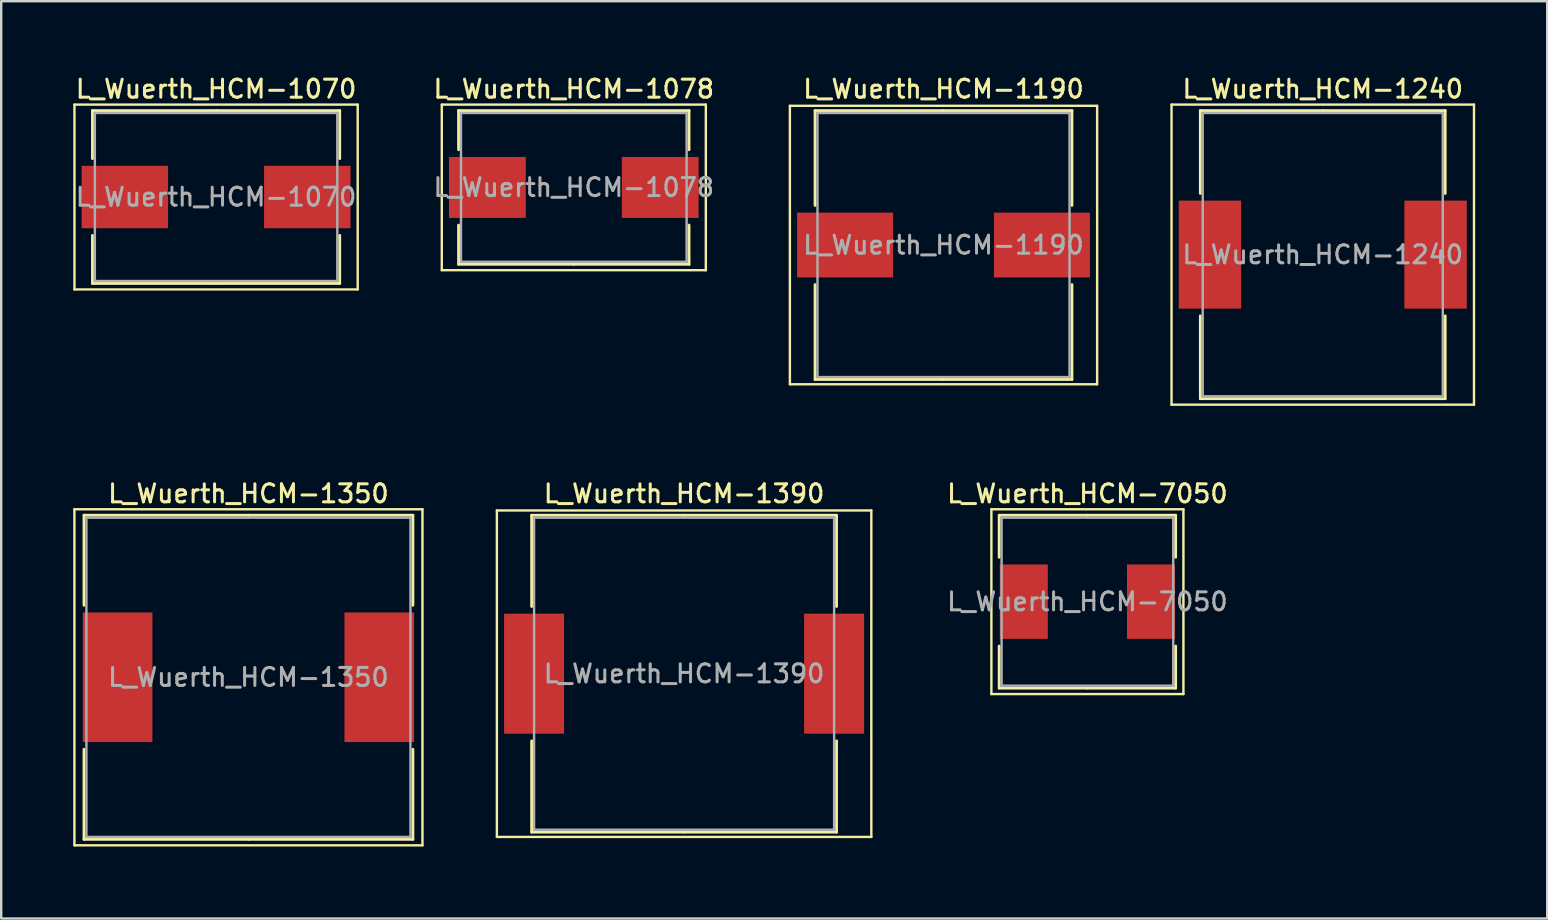
<source format=kicad_pcb>
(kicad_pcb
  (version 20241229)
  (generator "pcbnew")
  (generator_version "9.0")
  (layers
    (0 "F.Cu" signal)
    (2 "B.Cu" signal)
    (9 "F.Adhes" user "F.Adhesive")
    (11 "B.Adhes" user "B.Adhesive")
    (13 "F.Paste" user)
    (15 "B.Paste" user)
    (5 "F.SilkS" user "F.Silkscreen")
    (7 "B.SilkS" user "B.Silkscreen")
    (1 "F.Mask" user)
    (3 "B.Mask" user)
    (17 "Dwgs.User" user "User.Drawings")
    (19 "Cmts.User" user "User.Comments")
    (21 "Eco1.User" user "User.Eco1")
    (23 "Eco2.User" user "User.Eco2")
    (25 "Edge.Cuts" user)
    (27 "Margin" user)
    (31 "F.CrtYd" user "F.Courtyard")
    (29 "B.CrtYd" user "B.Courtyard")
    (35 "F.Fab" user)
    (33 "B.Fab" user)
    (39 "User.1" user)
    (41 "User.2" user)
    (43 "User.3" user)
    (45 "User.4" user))
  (footprint "L_Wuerth_HCM-1350"
    (layer "F.Cu")
    (at 7.3 25.166)
    (property "Reference" "L_Wuerth_HCM-1350" (at 0 -7.65 0) (layer "F.SilkS") (effects (font (size 0.75 0.75) (thickness 0.125))))
    (attr smd)
    (fp_line (start -7.25 -7) (end -7.25 7) (stroke (width 0.1) (type solid)) (layer "F.SilkS"))
    (fp_line (start -7.25 7) (end 7.25 7) (stroke (width 0.1) (type solid)) (layer "F.SilkS"))
    (fp_line (start -6.85 -6.75) (end 0 -6.75) (stroke (width 0.12) (type solid)) (layer "F.SilkS"))
    (fp_line (start -6.85 -3) (end -6.85 -6.75) (stroke (width 0.12) (type solid)) (layer "F.SilkS"))
    (fp_line (start -6.85 3) (end -6.85 6.75) (stroke (width 0.12) (type solid)) (layer "F.SilkS"))
    (fp_line (start -6.85 6.75) (end 0 6.75) (stroke (width 0.12) (type solid)) (layer "F.SilkS"))
    (fp_line (start 6.85 -6.75) (end 0 -6.75) (stroke (width 0.12) (type solid)) (layer "F.SilkS"))
    (fp_line (start 6.85 -3) (end 6.85 -6.75) (stroke (width 0.12) (type solid)) (layer "F.SilkS"))
    (fp_line (start 6.85 3) (end 6.85 6.75) (stroke (width 0.12) (type solid)) (layer "F.SilkS"))
    (fp_line (start 6.85 6.75) (end 0 6.75) (stroke (width 0.12) (type solid)) (layer "F.SilkS"))
    (fp_line (start 7.25 -7) (end -7.25 -7) (stroke (width 0.1) (type solid)) (layer "F.SilkS"))
    (fp_line (start 7.25 7) (end 7.25 -7) (stroke (width 0.1) (type solid)) (layer "F.SilkS"))
    (fp_line (start -6.75 -6.65) (end -6.75 6.65) (stroke (width 0.1) (type solid)) (layer "F.Fab"))
    (fp_line (start -6.75 6.65) (end 6.75 6.65) (stroke (width 0.1) (type solid)) (layer "F.Fab"))
    (fp_line (start 6.75 -6.65) (end -6.75 -6.65) (stroke (width 0.1) (type solid)) (layer "F.Fab"))
    (fp_line (start 6.75 6.65) (end 6.75 -6.65) (stroke (width 0.1) (type solid)) (layer "F.Fab"))
    (fp_text user "${REFERENCE}" (at 0 0 0) (layer "F.Fab") (effects (font (size 0.75 0.75) (thickness 0.125))))
    (pad "1" smd rect (at -5.45 0) (size 2.9 5.4) (layers "F.Cu" "F.Mask" "F.Paste"))
    (pad "2" smd rect (at 5.45 0) (size 2.9 5.4) (layers "F.Cu" "F.Mask" "F.Paste")))
  (footprint "L_Wuerth_HCM-7050"
    (layer "F.Cu")
    (at 42.252 22.016)
    (property "Reference" "L_Wuerth_HCM-7050" (at 0 -4.5 0) (layer "F.SilkS") (effects (font (size 0.75 0.75) (thickness 0.125))))
    (attr smd)
    (fp_line (start -4 -3.85) (end -4 3.85) (stroke (width 0.1) (type solid)) (layer "F.SilkS"))
    (fp_line (start -4 3.85) (end 4 3.85) (stroke (width 0.1) (type solid)) (layer "F.SilkS"))
    (fp_line (start -3.675 -3.6) (end 0 -3.6) (stroke (width 0.12) (type solid)) (layer "F.SilkS"))
    (fp_line (start -3.675 -1.85) (end -3.675 -3.6) (stroke (width 0.12) (type solid)) (layer "F.SilkS"))
    (fp_line (start -3.675 1.85) (end -3.675 3.6) (stroke (width 0.12) (type solid)) (layer "F.SilkS"))
    (fp_line (start -3.675 3.6) (end 0 3.6) (stroke (width 0.12) (type solid)) (layer "F.SilkS"))
    (fp_line (start 3.675 -3.6) (end 0 -3.6) (stroke (width 0.12) (type solid)) (layer "F.SilkS"))
    (fp_line (start 3.675 -1.85) (end 3.675 -3.6) (stroke (width 0.12) (type solid)) (layer "F.SilkS"))
    (fp_line (start 3.675 1.85) (end 3.675 3.6) (stroke (width 0.12) (type solid)) (layer "F.SilkS"))
    (fp_line (start 3.675 3.6) (end 0 3.6) (stroke (width 0.12) (type solid)) (layer "F.SilkS"))
    (fp_line (start 4 -3.85) (end -4 -3.85) (stroke (width 0.1) (type solid)) (layer "F.SilkS"))
    (fp_line (start 4 3.85) (end 4 -3.85) (stroke (width 0.1) (type solid)) (layer "F.SilkS"))
    (fp_line (start -3.575 -3.5) (end -3.575 3.5) (stroke (width 0.1) (type solid)) (layer "F.Fab"))
    (fp_line (start -3.575 3.5) (end 3.575 3.5) (stroke (width 0.1) (type solid)) (layer "F.Fab"))
    (fp_line (start 3.575 -3.5) (end -3.575 -3.5) (stroke (width 0.1) (type solid)) (layer "F.Fab"))
    (fp_line (start 3.575 3.5) (end 3.575 -3.5) (stroke (width 0.1) (type solid)) (layer "F.Fab"))
    (fp_text user "${REFERENCE}" (at 0 0 0) (layer "F.Fab") (effects (font (size 0.75 0.75) (thickness 0.125))))
    (pad "1" smd rect (at -2.65 0) (size 2 3.1) (layers "F.Cu" "F.Mask" "F.Paste"))
    (pad "2" smd rect (at 2.65 0) (size 2 3.1) (layers "F.Cu" "F.Mask" "F.Paste")))
  (footprint "L_Wuerth_HCM-1190"
    (layer "F.Cu")
    (at 36.257 7.158)
    (property "Reference" "L_Wuerth_HCM-1190" (at 0 -6.5 0) (layer "F.SilkS") (effects (font (size 0.75 0.75) (thickness 0.125))))
    (attr smd)
    (fp_line (start -6.4 -5.8) (end -6.4 5.8) (stroke (width 0.1) (type solid)) (layer "F.SilkS"))
    (fp_line (start -6.4 5.8) (end 6.4 5.8) (stroke (width 0.1) (type solid)) (layer "F.SilkS"))
    (fp_line (start -5.35 -5.6) (end 0 -5.6) (stroke (width 0.12) (type solid)) (layer "F.SilkS"))
    (fp_line (start -5.35 -1.65) (end -5.35 -5.6) (stroke (width 0.12) (type solid)) (layer "F.SilkS"))
    (fp_line (start -5.35 1.65) (end -5.35 5.6) (stroke (width 0.12) (type solid)) (layer "F.SilkS"))
    (fp_line (start -5.35 5.6) (end 0 5.6) (stroke (width 0.12) (type solid)) (layer "F.SilkS"))
    (fp_line (start 5.35 -5.6) (end 0 -5.6) (stroke (width 0.12) (type solid)) (layer "F.SilkS"))
    (fp_line (start 5.35 -1.65) (end 5.35 -5.6) (stroke (width 0.12) (type solid)) (layer "F.SilkS"))
    (fp_line (start 5.35 1.65) (end 5.35 5.6) (stroke (width 0.12) (type solid)) (layer "F.SilkS"))
    (fp_line (start 5.35 5.6) (end 0 5.6) (stroke (width 0.12) (type solid)) (layer "F.SilkS"))
    (fp_line (start 6.4 -5.8) (end -6.4 -5.8) (stroke (width 0.1) (type solid)) (layer "F.SilkS"))
    (fp_line (start 6.4 5.8) (end 6.4 -5.8) (stroke (width 0.1) (type solid)) (layer "F.SilkS"))
    (fp_line (start -5.25 -5.5) (end -5.25 5.5) (stroke (width 0.1) (type solid)) (layer "F.Fab"))
    (fp_line (start -5.25 5.5) (end 5.25 5.5) (stroke (width 0.1) (type solid)) (layer "F.Fab"))
    (fp_line (start 5.25 -5.5) (end -5.25 -5.5) (stroke (width 0.1) (type solid)) (layer "F.Fab"))
    (fp_line (start 5.25 5.5) (end 5.25 -5.5) (stroke (width 0.1) (type solid)) (layer "F.Fab"))
    (fp_text user "${REFERENCE}" (at 0 0 0) (layer "F.Fab") (effects (font (size 0.75 0.75) (thickness 0.125))))
    (pad "1" smd rect (at -4.1 0) (size 4 2.7) (layers "F.Cu" "F.Mask" "F.Paste"))
    (pad "2" smd rect (at 4.1 0) (size 4 2.7) (layers "F.Cu" "F.Mask" "F.Paste")))
  (footprint "L_Wuerth_HCM-1390"
    (layer "F.Cu")
    (at 25.45 25.016)
    (property "Reference" "L_Wuerth_HCM-1390" (at 0 -7.5 0) (layer "F.SilkS") (effects (font (size 0.75 0.75) (thickness 0.125))))
    (attr smd)
    (fp_line (start -7.8 -6.8) (end -7.8 6.8) (stroke (width 0.1) (type solid)) (layer "F.SilkS"))
    (fp_line (start -7.8 6.8) (end 7.8 6.8) (stroke (width 0.1) (type solid)) (layer "F.SilkS"))
    (fp_line (start -6.35 -6.6) (end 0 -6.6) (stroke (width 0.12) (type solid)) (layer "F.SilkS"))
    (fp_line (start -6.35 -2.8) (end -6.35 -6.6) (stroke (width 0.12) (type solid)) (layer "F.SilkS"))
    (fp_line (start -6.35 2.8) (end -6.35 6.6) (stroke (width 0.12) (type solid)) (layer "F.SilkS"))
    (fp_line (start -6.35 6.6) (end 0 6.6) (stroke (width 0.12) (type solid)) (layer "F.SilkS"))
    (fp_line (start 6.35 -6.6) (end 0 -6.6) (stroke (width 0.12) (type solid)) (layer "F.SilkS"))
    (fp_line (start 6.35 -2.8) (end 6.35 -6.6) (stroke (width 0.12) (type solid)) (layer "F.SilkS"))
    (fp_line (start 6.35 2.8) (end 6.35 6.6) (stroke (width 0.12) (type solid)) (layer "F.SilkS"))
    (fp_line (start 6.35 6.6) (end 0 6.6) (stroke (width 0.12) (type solid)) (layer "F.SilkS"))
    (fp_line (start 7.8 -6.8) (end -7.8 -6.8) (stroke (width 0.1) (type solid)) (layer "F.SilkS"))
    (fp_line (start 7.8 6.8) (end 7.8 -6.8) (stroke (width 0.1) (type solid)) (layer "F.SilkS"))
    (fp_line (start -6.25 -6.5) (end -6.25 6.5) (stroke (width 0.1) (type solid)) (layer "F.Fab"))
    (fp_line (start -6.25 6.5) (end 6.25 6.5) (stroke (width 0.1) (type solid)) (layer "F.Fab"))
    (fp_line (start 6.25 -6.5) (end -6.25 -6.5) (stroke (width 0.1) (type solid)) (layer "F.Fab"))
    (fp_line (start 6.25 6.5) (end 6.25 -6.5) (stroke (width 0.1) (type solid)) (layer "F.Fab"))
    (fp_text user "${REFERENCE}" (at 0 0 0) (layer "F.Fab") (effects (font (size 0.75 0.75) (thickness 0.125))))
    (pad "1" smd rect (at -6.25 0) (size 2.5 5) (layers "F.Cu" "F.Mask" "F.Paste"))
    (pad "2" smd rect (at 6.25 0) (size 2.5 5) (layers "F.Cu" "F.Mask" "F.Paste")))
  (footprint "L_Wuerth_HCM-1240"
    (layer "F.Cu")
    (at 52.057 7.558)
    (property "Reference" "L_Wuerth_HCM-1240" (at 0 -6.9 0) (layer "F.SilkS") (effects (font (size 0.75 0.75) (thickness 0.125))))
    (attr smd)
    (fp_line (start -6.3 -6.25) (end -6.3 6.25) (stroke (width 0.1) (type solid)) (layer "F.SilkS"))
    (fp_line (start -6.3 6.25) (end 6.3 6.25) (stroke (width 0.1) (type solid)) (layer "F.SilkS"))
    (fp_line (start -5.1 -6) (end 0 -6) (stroke (width 0.12) (type solid)) (layer "F.SilkS"))
    (fp_line (start -5.1 -2.55) (end -5.1 -6) (stroke (width 0.12) (type solid)) (layer "F.SilkS"))
    (fp_line (start -5.1 2.55) (end -5.1 6) (stroke (width 0.12) (type solid)) (layer "F.SilkS"))
    (fp_line (start -5.1 6) (end 0 6) (stroke (width 0.12) (type solid)) (layer "F.SilkS"))
    (fp_line (start 5.1 -6) (end 0 -6) (stroke (width 0.12) (type solid)) (layer "F.SilkS"))
    (fp_line (start 5.1 -2.55) (end 5.1 -6) (stroke (width 0.12) (type solid)) (layer "F.SilkS"))
    (fp_line (start 5.1 2.55) (end 5.1 6) (stroke (width 0.12) (type solid)) (layer "F.SilkS"))
    (fp_line (start 5.1 6) (end 0 6) (stroke (width 0.12) (type solid)) (layer "F.SilkS"))
    (fp_line (start 6.3 -6.25) (end -6.3 -6.25) (stroke (width 0.1) (type solid)) (layer "F.SilkS"))
    (fp_line (start 6.3 6.25) (end 6.3 -6.25) (stroke (width 0.1) (type solid)) (layer "F.SilkS"))
    (fp_line (start -5 -5.9) (end -5 5.9) (stroke (width 0.1) (type solid)) (layer "F.Fab"))
    (fp_line (start -5 5.9) (end 5 5.9) (stroke (width 0.1) (type solid)) (layer "F.Fab"))
    (fp_line (start 5 -5.9) (end -5 -5.9) (stroke (width 0.1) (type solid)) (layer "F.Fab"))
    (fp_line (start 5 5.9) (end 5 -5.9) (stroke (width 0.1) (type solid)) (layer "F.Fab"))
    (fp_text user "${REFERENCE}" (at 0 0 0) (layer "F.Fab") (effects (font (size 0.75 0.75) (thickness 0.125))))
    (pad "1" smd rect (at -4.7 0) (size 2.6 4.5) (layers "F.Cu" "F.Mask" "F.Paste"))
    (pad "2" smd rect (at 4.7 0) (size 2.6 4.5) (layers "F.Cu" "F.Mask" "F.Paste")))
  (footprint "L_Wuerth_HCM-1070"
    (layer "F.Cu")
    (at 5.952 5.158)
    (property "Reference" "L_Wuerth_HCM-1070" (at 0 -4.5 0) (layer "F.SilkS") (effects (font (size 0.75 0.75) (thickness 0.125))))
    (attr smd)
    (fp_line (start -5.9 -3.85) (end -5.9 3.85) (stroke (width 0.1) (type solid)) (layer "F.SilkS"))
    (fp_line (start -5.9 3.85) (end 5.9 3.85) (stroke (width 0.1) (type solid)) (layer "F.SilkS"))
    (fp_line (start -5.15 -3.6) (end 0 -3.6) (stroke (width 0.12) (type solid)) (layer "F.SilkS"))
    (fp_line (start -5.15 -1.6) (end -5.15 -3.6) (stroke (width 0.12) (type solid)) (layer "F.SilkS"))
    (fp_line (start -5.15 1.6) (end -5.15 3.6) (stroke (width 0.12) (type solid)) (layer "F.SilkS"))
    (fp_line (start -5.15 3.6) (end 0 3.6) (stroke (width 0.12) (type solid)) (layer "F.SilkS"))
    (fp_line (start 5.15 -3.6) (end 0 -3.6) (stroke (width 0.12) (type solid)) (layer "F.SilkS"))
    (fp_line (start 5.15 -1.6) (end 5.15 -3.6) (stroke (width 0.12) (type solid)) (layer "F.SilkS"))
    (fp_line (start 5.15 1.6) (end 5.15 3.6) (stroke (width 0.12) (type solid)) (layer "F.SilkS"))
    (fp_line (start 5.15 3.6) (end 0 3.6) (stroke (width 0.12) (type solid)) (layer "F.SilkS"))
    (fp_line (start 5.9 -3.85) (end -5.9 -3.85) (stroke (width 0.1) (type solid)) (layer "F.SilkS"))
    (fp_line (start 5.9 3.85) (end 5.9 -3.85) (stroke (width 0.1) (type solid)) (layer "F.SilkS"))
    (fp_line (start -5.05 -3.5) (end -5.05 3.5) (stroke (width 0.1) (type solid)) (layer "F.Fab"))
    (fp_line (start -5.05 3.5) (end 5.05 3.5) (stroke (width 0.1) (type solid)) (layer "F.Fab"))
    (fp_line (start 5.05 -3.5) (end -5.05 -3.5) (stroke (width 0.1) (type solid)) (layer "F.Fab"))
    (fp_line (start 5.05 3.5) (end 5.05 -3.5) (stroke (width 0.1) (type solid)) (layer "F.Fab"))
    (fp_text user "${REFERENCE}" (at 0 0 0) (layer "F.Fab") (effects (font (size 0.75 0.75) (thickness 0.125))))
    (pad "1" smd rect (at -3.8 0) (size 3.6 2.6) (layers "F.Cu" "F.Mask" "F.Paste"))
    (pad "2" smd rect (at 3.8 0) (size 3.6 2.6) (layers "F.Cu" "F.Mask" "F.Paste")))
  (footprint "L_Wuerth_HCM-1078"
    (layer "F.Cu")
    (at 20.855 4.758)
    (property "Reference" "L_Wuerth_HCM-1078" (at 0 -4.1 0) (layer "F.SilkS") (effects (font (size 0.75 0.75) (thickness 0.125))))
    (attr smd)
    (fp_line (start -5.5 -3.45) (end -5.5 3.45) (stroke (width 0.1) (type solid)) (layer "F.SilkS"))
    (fp_line (start -5.5 3.45) (end 5.5 3.45) (stroke (width 0.1) (type solid)) (layer "F.SilkS"))
    (fp_line (start -4.8 -3.2) (end 0 -3.2) (stroke (width 0.12) (type solid)) (layer "F.SilkS"))
    (fp_line (start -4.8 -1.57) (end -4.8 -3.2) (stroke (width 0.12) (type solid)) (layer "F.SilkS"))
    (fp_line (start -4.8 1.57) (end -4.8 3.2) (stroke (width 0.12) (type solid)) (layer "F.SilkS"))
    (fp_line (start -4.8 3.2) (end 0 3.2) (stroke (width 0.12) (type solid)) (layer "F.SilkS"))
    (fp_line (start 4.8 -3.2) (end 0 -3.2) (stroke (width 0.12) (type solid)) (layer "F.SilkS"))
    (fp_line (start 4.8 -1.57) (end 4.8 -3.2) (stroke (width 0.12) (type solid)) (layer "F.SilkS"))
    (fp_line (start 4.8 1.57) (end 4.8 3.2) (stroke (width 0.12) (type solid)) (layer "F.SilkS"))
    (fp_line (start 4.8 3.2) (end 0 3.2) (stroke (width 0.12) (type solid)) (layer "F.SilkS"))
    (fp_line (start 5.5 -3.45) (end -5.5 -3.45) (stroke (width 0.1) (type solid)) (layer "F.SilkS"))
    (fp_line (start 5.5 3.45) (end 5.5 -3.45) (stroke (width 0.1) (type solid)) (layer "F.SilkS"))
    (fp_line (start -4.7 -3.1) (end -4.7 3.1) (stroke (width 0.1) (type solid)) (layer "F.Fab"))
    (fp_line (start -4.7 3.1) (end 4.7 3.1) (stroke (width 0.1) (type solid)) (layer "F.Fab"))
    (fp_line (start 4.7 -3.1) (end -4.7 -3.1) (stroke (width 0.1) (type solid)) (layer "F.Fab"))
    (fp_line (start 4.7 3.1) (end 4.7 -3.1) (stroke (width 0.1) (type solid)) (layer "F.Fab"))
    (fp_text user "${REFERENCE}" (at 0 0 0) (layer "F.Fab") (effects (font (size 0.75 0.75) (thickness 0.125))))
    (pad "1" smd rect (at -3.6 0) (size 3.2 2.54) (layers "F.Cu" "F.Mask" "F.Paste"))
    (pad "2" smd rect (at 3.6 0) (size 3.2 2.54) (layers "F.Cu" "F.Mask" "F.Paste")))
  (gr_rect
    (start -3 -3)
    (end 61.407 35.216)
    (stroke (width 0.1) (type default))
    (fill no)
    (layer "Edge.Cuts")))
</source>
